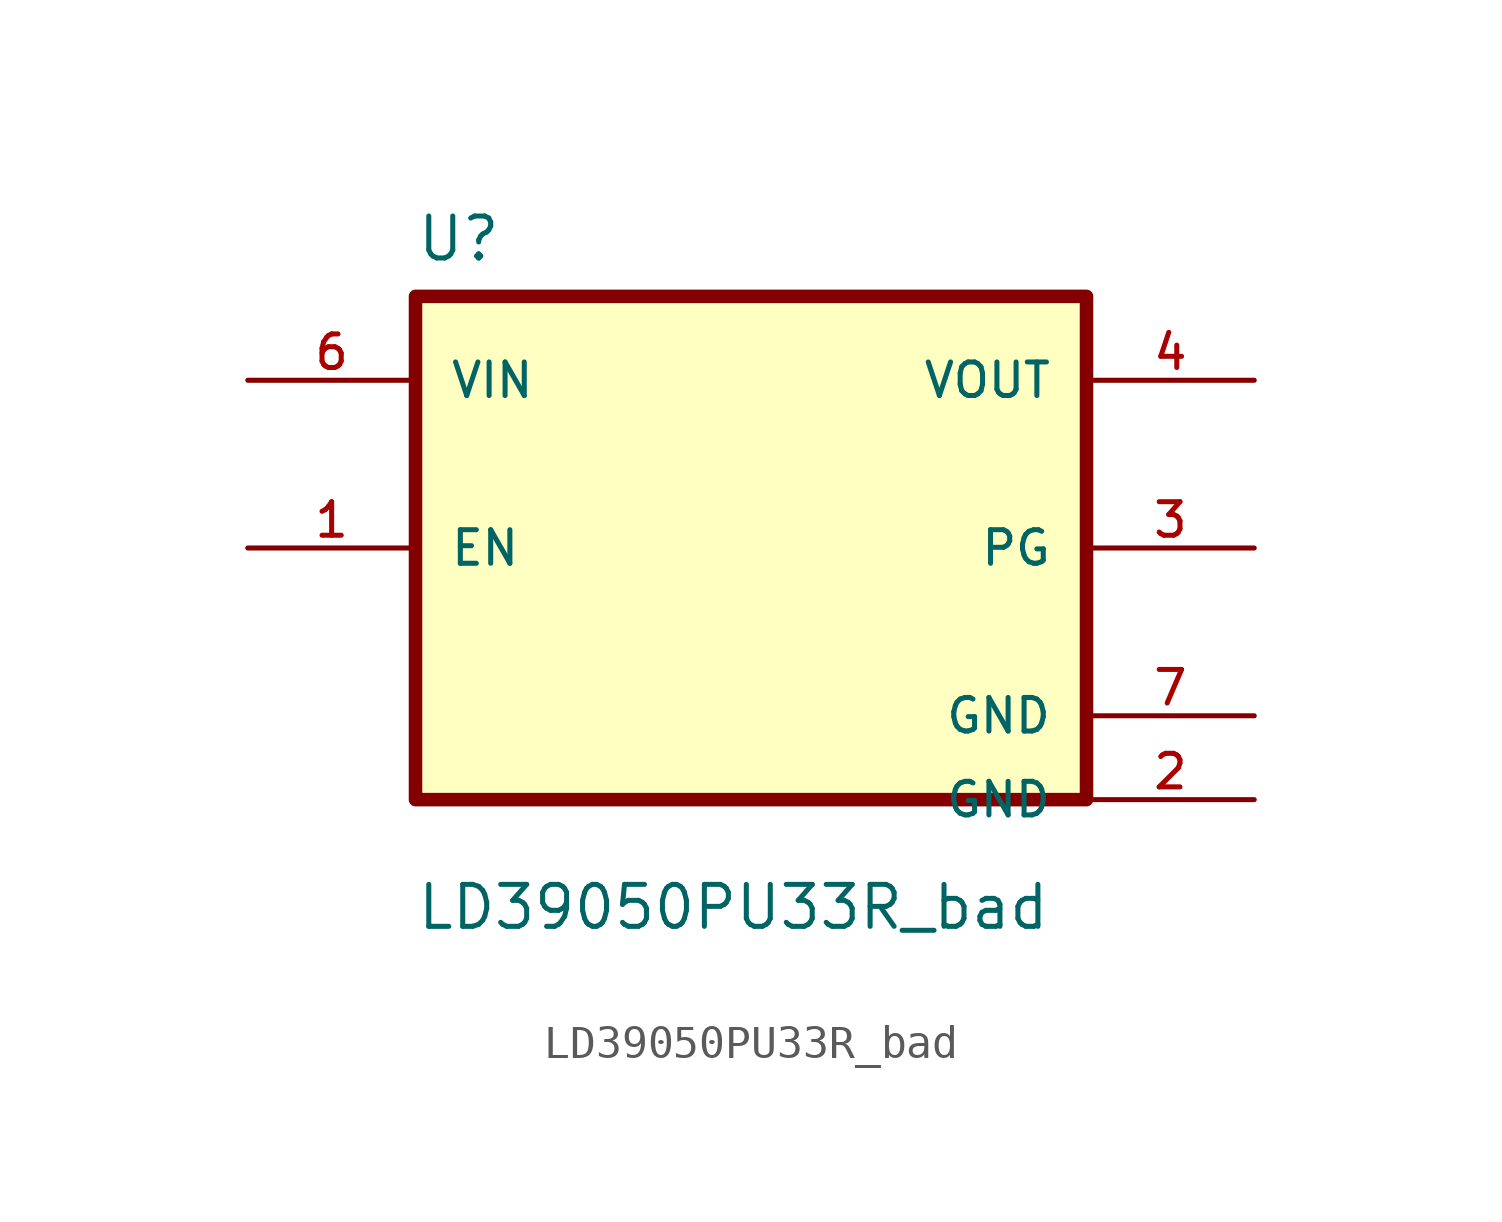
<source format=kicad_sym>
(kicad_symbol_lib
  (version 20220914)
  (generator kicad_symbol_editor)
  (symbol "LD39050PU33R_bad"
    (pin_names
      (offset 1.016))
    (property "Reference" "U"
      (at -10.16 8.62 0)
      (effects (font (size 1.27 1.27)) (justify left bottom)))
    (property "Value" "LD39050PU33R_bad"
      (at -10.16 -11.62 0)
      (effects (font (size 1.27 1.27)) (justify left bottom)))
    (symbol "LD39050PU33R_bad_0_0"
      (rectangle (start -10.16 -7.62) (end 10.16 7.62) (stroke (width 0.41) (type default)) (fill (type background)))
      (pin input line (at -15.24 0 0) (length 5.08) (name "EN" (effects (font (size 1.016 1.016)))) (number "1" (effects (font (size 1.016 1.016)))))
      (pin power_in line (at 15.24 -7.62 180) (length 5.08) (name "GND" (effects (font (size 1.016 1.016)))) (number "2" (effects (font (size 1.016 1.016)))))
      (pin bidirectional line (at 15.24 0 180) (length 5.08) (name "PG" (effects (font (size 1.016 1.016)))) (number "3" (effects (font (size 1.016 1.016)))))
      (pin output line (at 15.24 5.08 180) (length 5.08) (name "VOUT" (effects (font (size 1.016 1.016)))) (number "4" (effects (font (size 1.016 1.016)))))
      (pin power_in line (at -15.24 5.08 0) (length 5.08) (name "VIN" (effects (font (size 1.016 1.016)))) (number "6" (effects (font (size 1.016 1.016)))))
      (pin power_in line (at 15.24 -5.08 180) (length 5.08) (name "GND" (effects (font (size 1.016 1.016)))) (number "7" (effects (font (size 1.016 1.016))))))))
</source>
